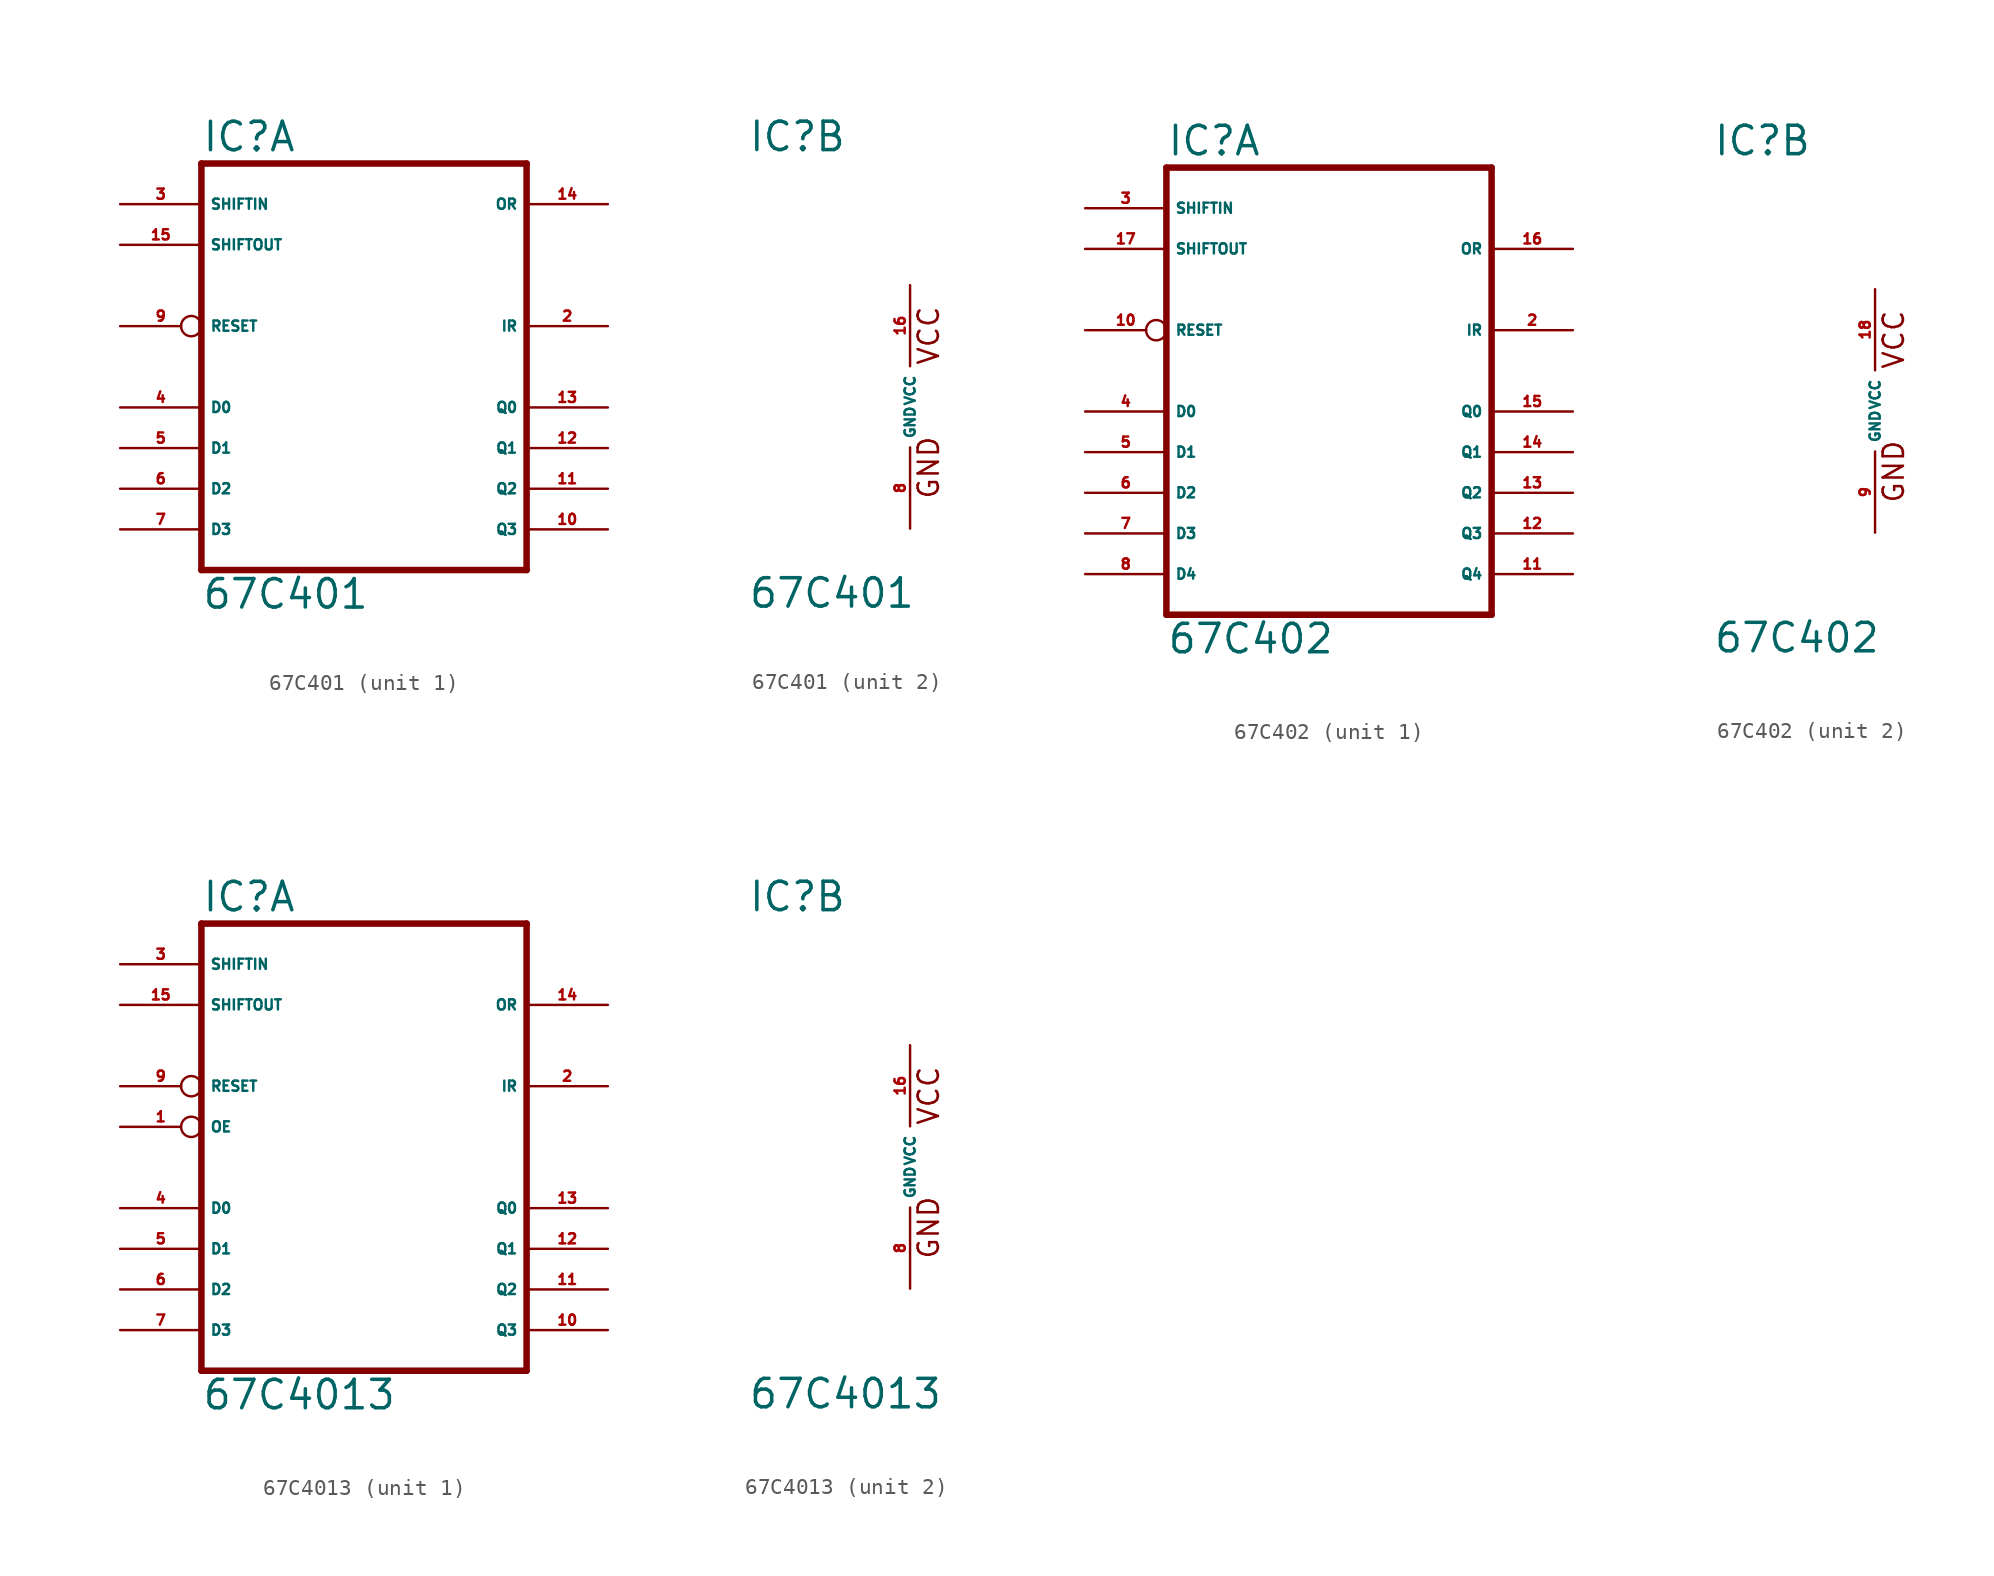
<source format=kicad_sym>
(kicad_symbol_lib
  (version 20220914)
  (generator Eagle2Kicad)
  (symbol "67C401"
    (property "Reference" "IC"
      (at -10.16 15.875 0)
      (effects (font (size 1.778 1.778) (thickness 0.22)) (justify left bottom)))
    (property "Value" "67C401"
      (at -10.16 -12.7 0)
      (effects (font (size 1.778 1.778) (thickness 0.22)) (justify left bottom)))
    (symbol "67C401_1_0"
      (polyline (pts (xy -10.16 -10.16) (xy 10.16 -10.16)) (stroke (width 0.406) (type default)) (fill (type none)))
      (polyline (pts (xy 10.16 15.24) (xy 10.16 -10.16)) (stroke (width 0.406) (type default)) (fill (type none)))
      (polyline (pts (xy 10.16 15.24) (xy -10.16 15.24)) (stroke (width 0.406) (type default)) (fill (type none)))
      (polyline (pts (xy -10.16 -10.16) (xy -10.16 15.24)) (stroke (width 0.406) (type default)) (fill (type none)))
      (pin input inverted (at -15.24 5.08 0) (length 5.08) (name "RESET" (effects (font (size 0.635 0.635) (thickness 0.08)) (justify left bottom))) (number "9" (effects (font (size 0.635 0.635) (thickness 0.08)) (justify left bottom))))
      (pin input line (at -15.24 12.7 0) (length 5.08) (name "SHIFTIN" (effects (font (size 0.635 0.635) (thickness 0.08)) (justify left bottom))) (number "3" (effects (font (size 0.635 0.635) (thickness 0.08)) (justify left bottom))))
      (pin input line (at -15.24 10.16 0) (length 5.08) (name "SHIFTOUT" (effects (font (size 0.635 0.635) (thickness 0.08)) (justify left bottom))) (number "15" (effects (font (size 0.635 0.635) (thickness 0.08)) (justify left bottom))))
      (pin input line (at -15.24 0 0) (length 5.08) (name "D0" (effects (font (size 0.635 0.635) (thickness 0.08)) (justify left bottom))) (number "4" (effects (font (size 0.635 0.635) (thickness 0.08)) (justify left bottom))))
      (pin input line (at -15.24 -2.54 0) (length 5.08) (name "D1" (effects (font (size 0.635 0.635) (thickness 0.08)) (justify left bottom))) (number "5" (effects (font (size 0.635 0.635) (thickness 0.08)) (justify left bottom))))
      (pin input line (at -15.24 -5.08 0) (length 5.08) (name "D2" (effects (font (size 0.635 0.635) (thickness 0.08)) (justify left bottom))) (number "6" (effects (font (size 0.635 0.635) (thickness 0.08)) (justify left bottom))))
      (pin input line (at -15.24 -7.62 0) (length 5.08) (name "D3" (effects (font (size 0.635 0.635) (thickness 0.08)) (justify left bottom))) (number "7" (effects (font (size 0.635 0.635) (thickness 0.08)) (justify left bottom))))
      (pin output line (at 15.24 -7.62 180) (length 5.08) (name "Q3" (effects (font (size 0.635 0.635) (thickness 0.08)) (justify left bottom))) (number "10" (effects (font (size 0.635 0.635) (thickness 0.08)) (justify left bottom))))
      (pin output line (at 15.24 -5.08 180) (length 5.08) (name "Q2" (effects (font (size 0.635 0.635) (thickness 0.08)) (justify left bottom))) (number "11" (effects (font (size 0.635 0.635) (thickness 0.08)) (justify left bottom))))
      (pin output line (at 15.24 -2.54 180) (length 5.08) (name "Q1" (effects (font (size 0.635 0.635) (thickness 0.08)) (justify left bottom))) (number "12" (effects (font (size 0.635 0.635) (thickness 0.08)) (justify left bottom))))
      (pin output line (at 15.24 0 180) (length 5.08) (name "Q0" (effects (font (size 0.635 0.635) (thickness 0.08)) (justify left bottom))) (number "13" (effects (font (size 0.635 0.635) (thickness 0.08)) (justify left bottom))))
      (pin output line (at 15.24 12.7 180) (length 5.08) (name "OR" (effects (font (size 0.635 0.635) (thickness 0.08)) (justify left bottom))) (number "14" (effects (font (size 0.635 0.635) (thickness 0.08)) (justify left bottom))))
      (pin output line (at 15.24 5.08 180) (length 5.08) (name "IR" (effects (font (size 0.635 0.635) (thickness 0.08)) (justify left bottom))) (number "2" (effects (font (size 0.635 0.635) (thickness 0.08)) (justify left bottom)))))
    (symbol "67C401_2_0"
      (text "GND" (at 1.905 -5.842 900) (effects (font (size 1.27 1.27) (thickness 0.16)) (justify left bottom)))
      (text "VCC" (at 1.905 2.54 900) (effects (font (size 1.27 1.27) (thickness 0.16)) (justify left bottom)))
      (pin unspecified line (at 0 -7.62 90) (length 5.08) (name "GND" (effects (font (size 0.635 0.635) (thickness 0.08)) (justify left bottom))) (number "8" (effects (font (size 0.635 0.635) (thickness 0.08)) (justify left bottom))))
      (pin unspecified line (at 0 7.62 270) (length 5.08) (name "VCC" (effects (font (size 0.635 0.635) (thickness 0.08)) (justify left bottom))) (number "16" (effects (font (size 0.635 0.635) (thickness 0.08)) (justify left bottom))))))
  (symbol "67C402"
    (property "Reference" "IC"
      (at -10.16 15.875 0)
      (effects (font (size 1.778 1.778) (thickness 0.22)) (justify left bottom)))
    (property "Value" "67C402"
      (at -10.16 -15.24 0)
      (effects (font (size 1.778 1.778) (thickness 0.22)) (justify left bottom)))
    (symbol "67C402_1_0"
      (polyline (pts (xy -10.16 -12.7) (xy 10.16 -12.7)) (stroke (width 0.406) (type default)) (fill (type none)))
      (polyline (pts (xy 10.16 15.24) (xy 10.16 -12.7)) (stroke (width 0.406) (type default)) (fill (type none)))
      (polyline (pts (xy 10.16 15.24) (xy -10.16 15.24)) (stroke (width 0.406) (type default)) (fill (type none)))
      (polyline (pts (xy -10.16 -12.7) (xy -10.16 15.24)) (stroke (width 0.406) (type default)) (fill (type none)))
      (pin input inverted (at -15.24 5.08 0) (length 5.08) (name "RESET" (effects (font (size 0.635 0.635) (thickness 0.08)) (justify left bottom))) (number "10" (effects (font (size 0.635 0.635) (thickness 0.08)) (justify left bottom))))
      (pin input line (at -15.24 12.7 0) (length 5.08) (name "SHIFTIN" (effects (font (size 0.635 0.635) (thickness 0.08)) (justify left bottom))) (number "3" (effects (font (size 0.635 0.635) (thickness 0.08)) (justify left bottom))))
      (pin input line (at -15.24 10.16 0) (length 5.08) (name "SHIFTOUT" (effects (font (size 0.635 0.635) (thickness 0.08)) (justify left bottom))) (number "17" (effects (font (size 0.635 0.635) (thickness 0.08)) (justify left bottom))))
      (pin input line (at -15.24 0 0) (length 5.08) (name "D0" (effects (font (size 0.635 0.635) (thickness 0.08)) (justify left bottom))) (number "4" (effects (font (size 0.635 0.635) (thickness 0.08)) (justify left bottom))))
      (pin input line (at -15.24 -2.54 0) (length 5.08) (name "D1" (effects (font (size 0.635 0.635) (thickness 0.08)) (justify left bottom))) (number "5" (effects (font (size 0.635 0.635) (thickness 0.08)) (justify left bottom))))
      (pin input line (at -15.24 -5.08 0) (length 5.08) (name "D2" (effects (font (size 0.635 0.635) (thickness 0.08)) (justify left bottom))) (number "6" (effects (font (size 0.635 0.635) (thickness 0.08)) (justify left bottom))))
      (pin input line (at -15.24 -7.62 0) (length 5.08) (name "D3" (effects (font (size 0.635 0.635) (thickness 0.08)) (justify left bottom))) (number "7" (effects (font (size 0.635 0.635) (thickness 0.08)) (justify left bottom))))
      (pin output line (at 15.24 -7.62 180) (length 5.08) (name "Q3" (effects (font (size 0.635 0.635) (thickness 0.08)) (justify left bottom))) (number "12" (effects (font (size 0.635 0.635) (thickness 0.08)) (justify left bottom))))
      (pin output line (at 15.24 -5.08 180) (length 5.08) (name "Q2" (effects (font (size 0.635 0.635) (thickness 0.08)) (justify left bottom))) (number "13" (effects (font (size 0.635 0.635) (thickness 0.08)) (justify left bottom))))
      (pin output line (at 15.24 -2.54 180) (length 5.08) (name "Q1" (effects (font (size 0.635 0.635) (thickness 0.08)) (justify left bottom))) (number "14" (effects (font (size 0.635 0.635) (thickness 0.08)) (justify left bottom))))
      (pin output line (at 15.24 0 180) (length 5.08) (name "Q0" (effects (font (size 0.635 0.635) (thickness 0.08)) (justify left bottom))) (number "15" (effects (font (size 0.635 0.635) (thickness 0.08)) (justify left bottom))))
      (pin output line (at 15.24 10.16 180) (length 5.08) (name "OR" (effects (font (size 0.635 0.635) (thickness 0.08)) (justify left bottom))) (number "16" (effects (font (size 0.635 0.635) (thickness 0.08)) (justify left bottom))))
      (pin output line (at 15.24 5.08 180) (length 5.08) (name "IR" (effects (font (size 0.635 0.635) (thickness 0.08)) (justify left bottom))) (number "2" (effects (font (size 0.635 0.635) (thickness 0.08)) (justify left bottom))))
      (pin output line (at 15.24 -10.16 180) (length 5.08) (name "Q4" (effects (font (size 0.635 0.635) (thickness 0.08)) (justify left bottom))) (number "11" (effects (font (size 0.635 0.635) (thickness 0.08)) (justify left bottom))))
      (pin input line (at -15.24 -10.16 0) (length 5.08) (name "D4" (effects (font (size 0.635 0.635) (thickness 0.08)) (justify left bottom))) (number "8" (effects (font (size 0.635 0.635) (thickness 0.08)) (justify left bottom)))))
    (symbol "67C402_2_0"
      (text "GND" (at 1.905 -5.842 900) (effects (font (size 1.27 1.27) (thickness 0.16)) (justify left bottom)))
      (text "VCC" (at 1.905 2.54 900) (effects (font (size 1.27 1.27) (thickness 0.16)) (justify left bottom)))
      (pin unspecified line (at 0 -7.62 90) (length 5.08) (name "GND" (effects (font (size 0.635 0.635) (thickness 0.08)) (justify left bottom))) (number "9" (effects (font (size 0.635 0.635) (thickness 0.08)) (justify left bottom))))
      (pin unspecified line (at 0 7.62 270) (length 5.08) (name "VCC" (effects (font (size 0.635 0.635) (thickness 0.08)) (justify left bottom))) (number "18" (effects (font (size 0.635 0.635) (thickness 0.08)) (justify left bottom))))))
  (symbol "67C4013"
    (property "Reference" "IC"
      (at -10.16 15.875 0)
      (effects (font (size 1.778 1.778) (thickness 0.22)) (justify left bottom)))
    (property "Value" "67C4013"
      (at -10.16 -15.24 0)
      (effects (font (size 1.778 1.778) (thickness 0.22)) (justify left bottom)))
    (symbol "67C4013_1_0"
      (polyline (pts (xy -10.16 -12.7) (xy 10.16 -12.7)) (stroke (width 0.406) (type default)) (fill (type none)))
      (polyline (pts (xy 10.16 15.24) (xy 10.16 -12.7)) (stroke (width 0.406) (type default)) (fill (type none)))
      (polyline (pts (xy 10.16 15.24) (xy -10.16 15.24)) (stroke (width 0.406) (type default)) (fill (type none)))
      (polyline (pts (xy -10.16 -12.7) (xy -10.16 15.24)) (stroke (width 0.406) (type default)) (fill (type none)))
      (pin input inverted (at -15.24 5.08 0) (length 5.08) (name "RESET" (effects (font (size 0.635 0.635) (thickness 0.08)) (justify left bottom))) (number "9" (effects (font (size 0.635 0.635) (thickness 0.08)) (justify left bottom))))
      (pin input line (at -15.24 12.7 0) (length 5.08) (name "SHIFTIN" (effects (font (size 0.635 0.635) (thickness 0.08)) (justify left bottom))) (number "3" (effects (font (size 0.635 0.635) (thickness 0.08)) (justify left bottom))))
      (pin input line (at -15.24 10.16 0) (length 5.08) (name "SHIFTOUT" (effects (font (size 0.635 0.635) (thickness 0.08)) (justify left bottom))) (number "15" (effects (font (size 0.635 0.635) (thickness 0.08)) (justify left bottom))))
      (pin input inverted (at -15.24 2.54 0) (length 5.08) (name "OE" (effects (font (size 0.635 0.635) (thickness 0.08)) (justify left bottom))) (number "1" (effects (font (size 0.635 0.635) (thickness 0.08)) (justify left bottom))))
      (pin input line (at -15.24 -2.54 0) (length 5.08) (name "D0" (effects (font (size 0.635 0.635) (thickness 0.08)) (justify left bottom))) (number "4" (effects (font (size 0.635 0.635) (thickness 0.08)) (justify left bottom))))
      (pin input line (at -15.24 -5.08 0) (length 5.08) (name "D1" (effects (font (size 0.635 0.635) (thickness 0.08)) (justify left bottom))) (number "5" (effects (font (size 0.635 0.635) (thickness 0.08)) (justify left bottom))))
      (pin input line (at -15.24 -7.62 0) (length 5.08) (name "D2" (effects (font (size 0.635 0.635) (thickness 0.08)) (justify left bottom))) (number "6" (effects (font (size 0.635 0.635) (thickness 0.08)) (justify left bottom))))
      (pin input line (at -15.24 -10.16 0) (length 5.08) (name "D3" (effects (font (size 0.635 0.635) (thickness 0.08)) (justify left bottom))) (number "7" (effects (font (size 0.635 0.635) (thickness 0.08)) (justify left bottom))))
      (pin tri_state line (at 15.24 -10.16 180) (length 5.08) (name "Q3" (effects (font (size 0.635 0.635) (thickness 0.08)) (justify left bottom))) (number "10" (effects (font (size 0.635 0.635) (thickness 0.08)) (justify left bottom))))
      (pin tri_state line (at 15.24 -7.62 180) (length 5.08) (name "Q2" (effects (font (size 0.635 0.635) (thickness 0.08)) (justify left bottom))) (number "11" (effects (font (size 0.635 0.635) (thickness 0.08)) (justify left bottom))))
      (pin tri_state line (at 15.24 -5.08 180) (length 5.08) (name "Q1" (effects (font (size 0.635 0.635) (thickness 0.08)) (justify left bottom))) (number "12" (effects (font (size 0.635 0.635) (thickness 0.08)) (justify left bottom))))
      (pin tri_state line (at 15.24 -2.54 180) (length 5.08) (name "Q0" (effects (font (size 0.635 0.635) (thickness 0.08)) (justify left bottom))) (number "13" (effects (font (size 0.635 0.635) (thickness 0.08)) (justify left bottom))))
      (pin output line (at 15.24 10.16 180) (length 5.08) (name "OR" (effects (font (size 0.635 0.635) (thickness 0.08)) (justify left bottom))) (number "14" (effects (font (size 0.635 0.635) (thickness 0.08)) (justify left bottom))))
      (pin output line (at 15.24 5.08 180) (length 5.08) (name "IR" (effects (font (size 0.635 0.635) (thickness 0.08)) (justify left bottom))) (number "2" (effects (font (size 0.635 0.635) (thickness 0.08)) (justify left bottom)))))
    (symbol "67C4013_2_0"
      (text "GND" (at 1.905 -5.842 900) (effects (font (size 1.27 1.27) (thickness 0.16)) (justify left bottom)))
      (text "VCC" (at 1.905 2.54 900) (effects (font (size 1.27 1.27) (thickness 0.16)) (justify left bottom)))
      (pin unspecified line (at 0 -7.62 90) (length 5.08) (name "GND" (effects (font (size 0.635 0.635) (thickness 0.08)) (justify left bottom))) (number "8" (effects (font (size 0.635 0.635) (thickness 0.08)) (justify left bottom))))
      (pin unspecified line (at 0 7.62 270) (length 5.08) (name "VCC" (effects (font (size 0.635 0.635) (thickness 0.08)) (justify left bottom))) (number "16" (effects (font (size 0.635 0.635) (thickness 0.08)) (justify left bottom)))))))
</source>
